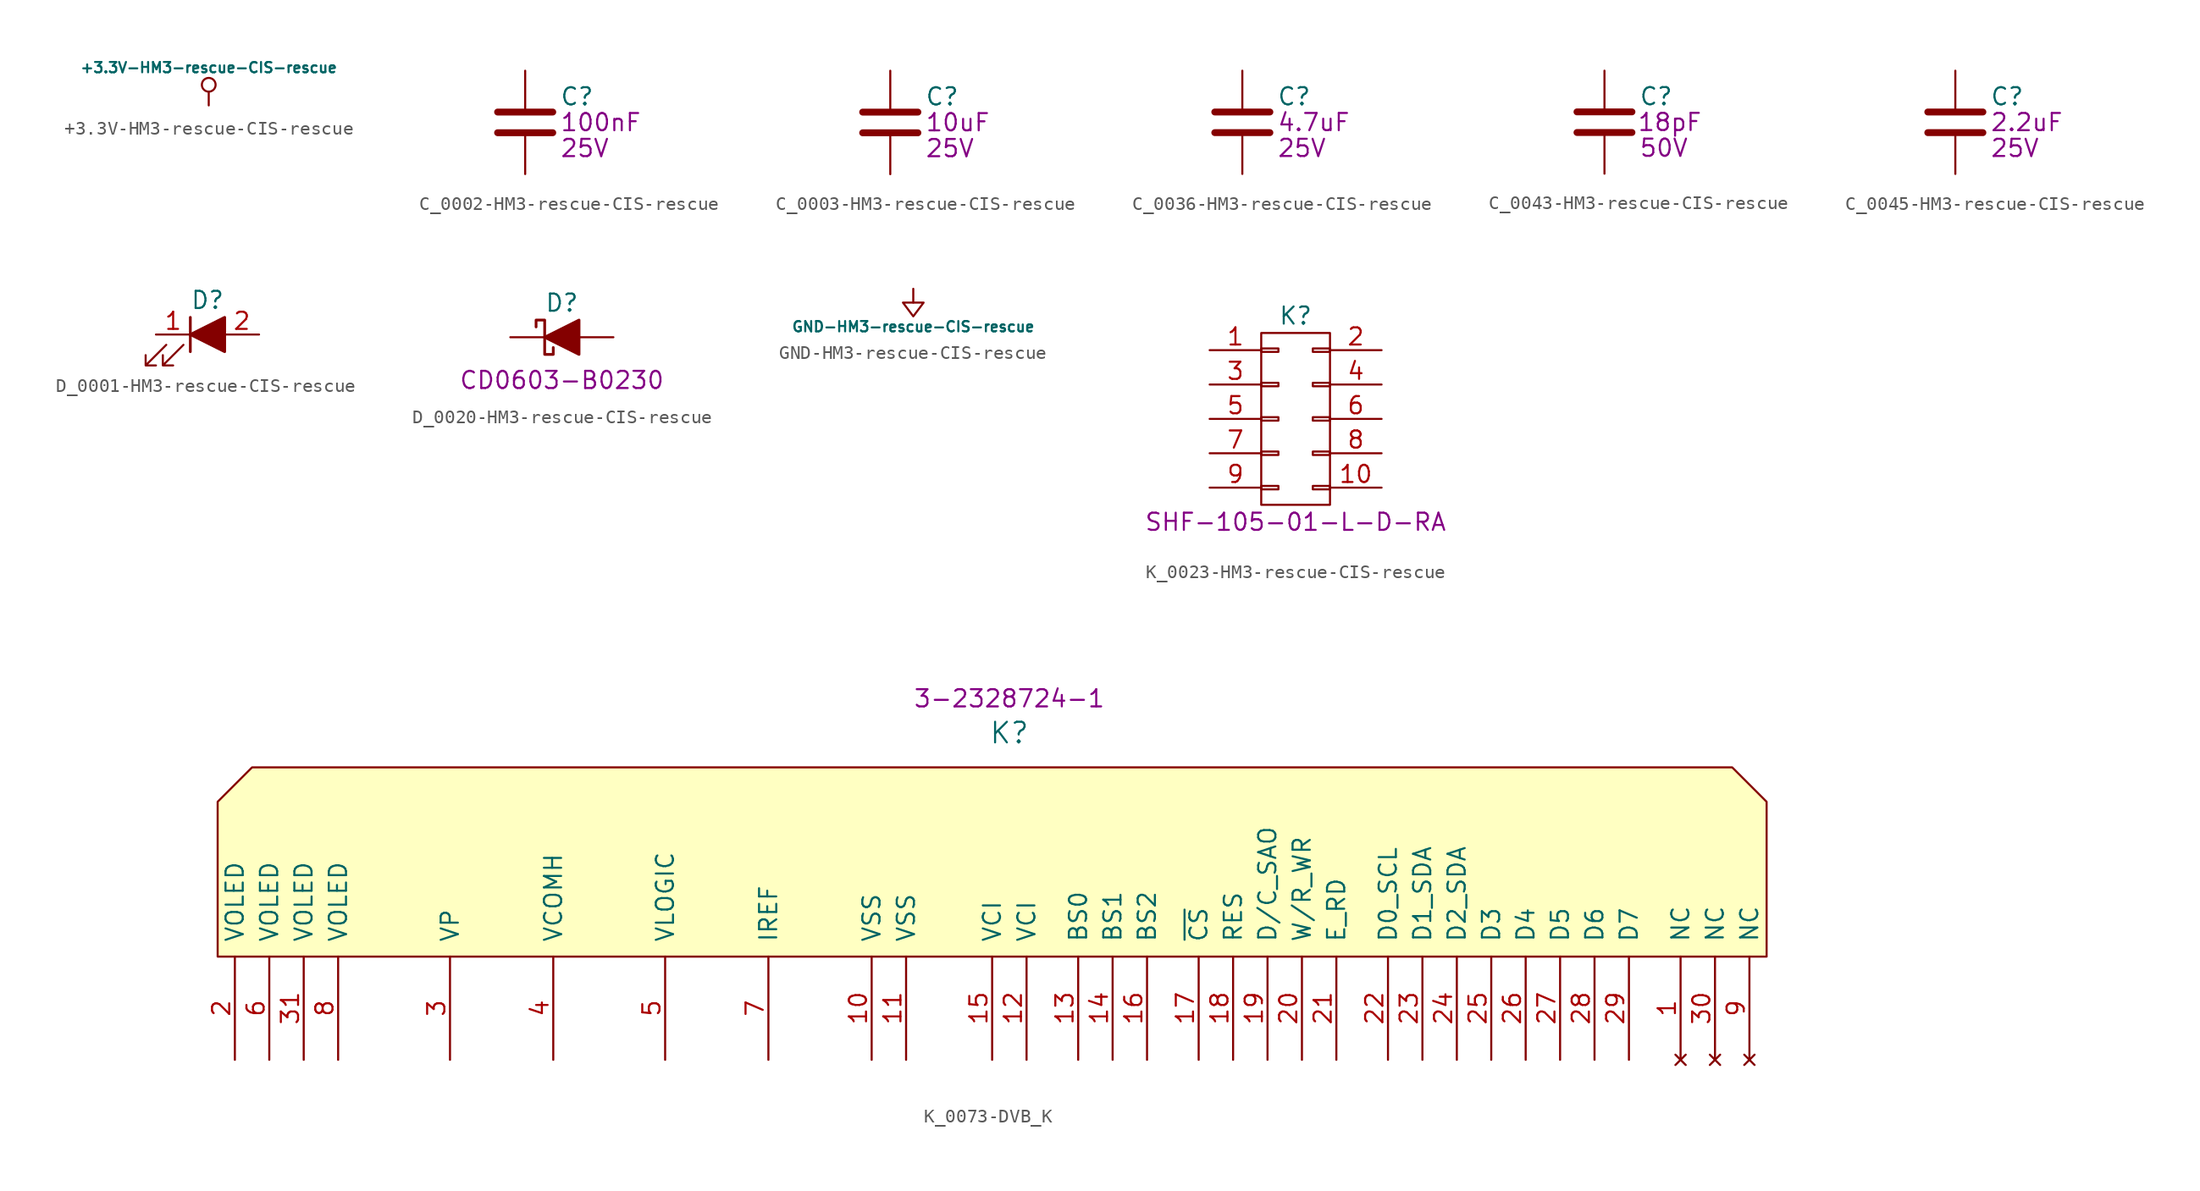
<source format=kicad_sym>
(kicad_symbol_lib
  (version 20220914)
  (generator kicad_symbol_editor)
  (symbol "+3.3V-HM3-rescue-CIS-rescue"
    (power)
    (pin_names
      (offset 0))
    (property "Reference" "#PWR"
      (at 0 -1.778 0)
      (effects (font (size 0.762 0.762)) hide))
    (property "Value" "+3.3V-HM3-rescue-CIS-rescue"
      (at 0 2.794 0)
      (effects (font (size 0.762 0.762))))
    (symbol "+3.3V-HM3-rescue-CIS-rescue_0_1"
      (polyline (pts (xy 0 0) (xy 0 1.016)) (stroke (width 0) (type solid)) (fill (type none)))
      (circle (center 0 1.524) (radius 0.508) (stroke (width 0) (type solid)) (fill (type none))))
    (symbol "+3.3V-HM3-rescue-CIS-rescue_1_1"
      (pin power_in line (at 0 0 180) (length 0) hide (name "+3.3V" (effects (font (size 0.762 0.762)))) (number "1" (effects (font (size 0.762 0.762)))))))
  (symbol "C_0002-HM3-rescue-CIS-rescue"
    (pin_numbers hide)
    (pin_names
      (offset 0.254))
    (property "Reference" "C"
      (at 2.54 1.905 0)
      (effects (font (size 1.27 1.27)) (justify left)))
    (property "Field1" "100nF"
      (at 2.54 0 0)
      (effects (font (size 1.27 1.27)) (justify left)))
    (property "Field3" "25V"
      (at 2.54 -1.905 0)
      (effects (font (size 1.27 1.27)) (justify left)))
    (symbol "C_0002-HM3-rescue-CIS-rescue_0_1"
      (polyline (pts (xy -2.032 -0.762) (xy 2.032 -0.762)) (stroke (width 0.508) (type solid)) (fill (type none)))
      (polyline (pts (xy -2.032 0.762) (xy 2.032 0.762)) (stroke (width 0.508) (type solid)) (fill (type none))))
    (symbol "C_0002-HM3-rescue-CIS-rescue_1_1"
      (pin passive line (at 0 3.81 270) (length 2.794) (name "~" (effects (font (size 1.016 1.016)))) (number "1" (effects (font (size 1.016 1.016)))))
      (pin passive line (at 0 -3.81 90) (length 2.794) (name "~" (effects (font (size 1.016 1.016)))) (number "2" (effects (font (size 1.016 1.016)))))))
  (symbol "C_0003-HM3-rescue-CIS-rescue"
    (pin_numbers hide)
    (pin_names
      (offset 0.254))
    (property "Reference" "C"
      (at 2.54 1.905 0)
      (effects (font (size 1.27 1.27)) (justify left)))
    (property "Field1" "10uF"
      (at 2.54 0 0)
      (effects (font (size 1.27 1.27)) (justify left)))
    (property "Field3" "25V"
      (at 2.54 -1.905 0)
      (effects (font (size 1.27 1.27)) (justify left)))
    (symbol "C_0003-HM3-rescue-CIS-rescue_0_1"
      (polyline (pts (xy -2.032 -0.762) (xy 2.032 -0.762)) (stroke (width 0.508) (type solid)) (fill (type none)))
      (polyline (pts (xy -2.032 0.762) (xy 2.032 0.762)) (stroke (width 0.508) (type solid)) (fill (type none))))
    (symbol "C_0003-HM3-rescue-CIS-rescue_1_1"
      (pin passive line (at 0 3.81 270) (length 2.794) (name "~" (effects (font (size 1.016 1.016)))) (number "1" (effects (font (size 1.016 1.016)))))
      (pin passive line (at 0 -3.81 90) (length 2.794) (name "~" (effects (font (size 1.016 1.016)))) (number "2" (effects (font (size 1.016 1.016)))))))
  (symbol "C_0036-HM3-rescue-CIS-rescue"
    (pin_numbers hide)
    (pin_names
      (offset 0.254))
    (property "Reference" "C"
      (at 2.54 1.905 0)
      (effects (font (size 1.27 1.27)) (justify left)))
    (property "Field1" "4.7uF"
      (at 2.54 0 0)
      (effects (font (size 1.27 1.27)) (justify left)))
    (property "Field3" "25V"
      (at 2.54 -1.905 0)
      (effects (font (size 1.27 1.27)) (justify left)))
    (symbol "C_0036-HM3-rescue-CIS-rescue_0_1"
      (polyline (pts (xy -2.032 -0.762) (xy 2.032 -0.762)) (stroke (width 0.508) (type solid)) (fill (type none)))
      (polyline (pts (xy -2.032 0.762) (xy 2.032 0.762)) (stroke (width 0.508) (type solid)) (fill (type none))))
    (symbol "C_0036-HM3-rescue-CIS-rescue_1_1"
      (pin passive line (at 0 3.81 270) (length 2.794) (name "~" (effects (font (size 1.016 1.016)))) (number "1" (effects (font (size 1.016 1.016)))))
      (pin passive line (at 0 -3.81 90) (length 2.794) (name "~" (effects (font (size 1.016 1.016)))) (number "2" (effects (font (size 1.016 1.016)))))))
  (symbol "C_0043-HM3-rescue-CIS-rescue"
    (pin_numbers hide)
    (pin_names
      (offset 0.254))
    (property "Reference" "C"
      (at 2.54 1.905 0)
      (effects (font (size 1.27 1.27)) (justify left)))
    (property "Field1" "18pF"
      (at 4.826 0 0)
      (effects (font (size 1.27 1.27))))
    (property "Field3" "50V"
      (at 2.54 -1.905 0)
      (effects (font (size 1.27 1.27)) (justify left)))
    (symbol "C_0043-HM3-rescue-CIS-rescue_0_1"
      (polyline (pts (xy -2.032 -0.762) (xy 2.032 -0.762)) (stroke (width 0.508) (type solid)) (fill (type none)))
      (polyline (pts (xy -2.032 0.762) (xy 2.032 0.762)) (stroke (width 0.508) (type solid)) (fill (type none))))
    (symbol "C_0043-HM3-rescue-CIS-rescue_1_1"
      (pin passive line (at 0 3.81 270) (length 2.794) (name "~" (effects (font (size 1.016 1.016)))) (number "1" (effects (font (size 1.016 1.016)))))
      (pin passive line (at 0 -3.81 90) (length 2.794) (name "~" (effects (font (size 1.016 1.016)))) (number "2" (effects (font (size 1.016 1.016)))))))
  (symbol "C_0045-HM3-rescue-CIS-rescue"
    (pin_numbers hide)
    (pin_names
      (offset 0.254))
    (property "Reference" "C"
      (at 2.54 1.905 0)
      (effects (font (size 1.27 1.27)) (justify left)))
    (property "Field1" "2.2uF"
      (at 2.54 0 0)
      (effects (font (size 1.27 1.27)) (justify left)))
    (property "Field3" "25V"
      (at 2.54 -1.905 0)
      (effects (font (size 1.27 1.27)) (justify left)))
    (symbol "C_0045-HM3-rescue-CIS-rescue_0_1"
      (polyline (pts (xy -2.032 -0.762) (xy 2.032 -0.762)) (stroke (width 0.508) (type solid)) (fill (type none)))
      (polyline (pts (xy -2.032 0.762) (xy 2.032 0.762)) (stroke (width 0.508) (type solid)) (fill (type none))))
    (symbol "C_0045-HM3-rescue-CIS-rescue_1_1"
      (pin passive line (at 0 3.81 270) (length 2.794) (name "~" (effects (font (size 1.016 1.016)))) (number "1" (effects (font (size 1.016 1.016)))))
      (pin passive line (at 0 -3.81 90) (length 2.794) (name "~" (effects (font (size 1.016 1.016)))) (number "2" (effects (font (size 1.016 1.016)))))))
  (symbol "D_0001-HM3-rescue-CIS-rescue"
    (pin_names
      (offset 1.016) hide)
    (property "Reference" "D"
      (at 0 2.54 0)
      (effects (font (size 1.27 1.27))))
    (symbol "D_0001-HM3-rescue-CIS-rescue_0_1"
      (polyline (pts (xy -1.27 -1.27) (xy -1.27 1.27)) (stroke (width 0.203) (type solid)) (fill (type none)))
      (polyline (pts (xy -1.27 0) (xy 1.27 0)) (stroke (width 0) (type solid)) (fill (type none)))
      (polyline (pts (xy 1.27 -1.27) (xy 1.27 1.27) (xy -1.27 0) (xy 1.27 -1.27)) (stroke (width 0.203) (type solid)) (fill (type outline)))
      (polyline (pts (xy -3.048 -0.762) (xy -4.572 -2.286) (xy -3.81 -2.286) (xy -4.572 -2.286) (xy -4.572 -1.524)) (stroke (width 0) (type solid)) (fill (type none)))
      (polyline (pts (xy -1.778 -0.762) (xy -3.302 -2.286) (xy -2.54 -2.286) (xy -3.302 -2.286) (xy -3.302 -1.524)) (stroke (width 0) (type solid)) (fill (type none))))
    (symbol "D_0001-HM3-rescue-CIS-rescue_1_1"
      (pin passive line (at -3.81 0 0) (length 2.54) (name "K" (effects (font (size 1.27 1.27)))) (number "1" (effects (font (size 1.27 1.27)))))
      (pin passive line (at 3.81 0 180) (length 2.54) (name "A" (effects (font (size 1.27 1.27)))) (number "2" (effects (font (size 1.27 1.27)))))))
  (symbol "D_0020-HM3-rescue-CIS-rescue"
    (pin_numbers hide)
    (pin_names
      (offset 1.016) hide)
    (property "Reference" "D"
      (at 0 2.54 0)
      (effects (font (size 1.27 1.27))))
    (property "Field1" "CD0603-B0230"
      (at 0 -3.175 0)
      (effects (font (size 1.27 1.27))))
    (symbol "D_0020-HM3-rescue-CIS-rescue_0_1"
      (polyline (pts (xy 1.27 0) (xy -1.27 0)) (stroke (width 0) (type solid)) (fill (type none)))
      (polyline (pts (xy 1.27 1.27) (xy 1.27 -1.27) (xy -1.27 0) (xy 1.27 1.27)) (stroke (width 0.203) (type solid)) (fill (type outline)))
      (polyline (pts (xy -1.905 0.762) (xy -1.905 1.27) (xy -1.27 1.27) (xy -1.27 -1.27) (xy -0.635 -1.27) (xy -0.635 -0.762)) (stroke (width 0.203) (type solid)) (fill (type none))))
    (symbol "D_0020-HM3-rescue-CIS-rescue_1_1"
      (pin passive line (at -3.81 0 0) (length 2.54) (name "K" (effects (font (size 1.27 1.27)))) (number "1" (effects (font (size 1.27 1.27)))))
      (pin passive line (at 3.81 0 180) (length 2.54) (name "A" (effects (font (size 1.27 1.27)))) (number "2" (effects (font (size 1.27 1.27)))))))
  (symbol "GND-HM3-rescue-CIS-rescue"
    (power)
    (pin_names
      (offset 0))
    (property "Reference" "#PWR"
      (at 0 -4.064 0)
      (effects (font (size 0.762 0.762)) hide))
    (property "Value" "GND-HM3-rescue-CIS-rescue"
      (at 0 -2.794 0)
      (effects (font (size 0.762 0.762))))
    (symbol "GND-HM3-rescue-CIS-rescue_0_1"
      (polyline (pts (xy 0 0) (xy 0 -1.016)) (stroke (width 0) (type solid)) (fill (type none)))
      (polyline (pts (xy 0 -1.016) (xy 0.762 -1.016) (xy 0 -2.032) (xy -0.762 -1.016) (xy 0 -1.016)) (stroke (width 0) (type solid)) (fill (type none))))
    (symbol "GND-HM3-rescue-CIS-rescue_1_1"
      (pin power_in line (at 0 0 270) (length 0) hide (name "GND" (effects (font (size 0.762 0.762)))) (number "1" (effects (font (size 0.762 0.762)))))))
  (symbol "K_0023-HM3-rescue-CIS-rescue"
    (pin_names
      (offset 0.025) hide)
    (property "Reference" "K"
      (at 0 7.62 0)
      (effects (font (size 1.27 1.27))))
    (property "Field1" "SHF-105-01-L-D-RA"
      (at 0 -7.62 0)
      (effects (font (size 1.27 1.27))))
    (symbol "K_0023-HM3-rescue-CIS-rescue_0_1"
      (rectangle (start -2.54 -4.953) (end -1.27 -5.207) (stroke (width 0) (type solid)) (fill (type none)))
      (rectangle (start -2.54 -2.413) (end -1.27 -2.667) (stroke (width 0) (type solid)) (fill (type none)))
      (rectangle (start -2.54 0.127) (end -1.27 -0.127) (stroke (width 0) (type solid)) (fill (type none)))
      (rectangle (start -2.54 2.667) (end -1.27 2.413) (stroke (width 0) (type solid)) (fill (type none)))
      (rectangle (start -2.54 5.207) (end -1.27 4.953) (stroke (width 0) (type solid)) (fill (type none)))
      (rectangle (start -2.54 6.35) (end 2.54 -6.35) (stroke (width 0) (type solid)) (fill (type none)))
      (rectangle (start 1.27 -4.953) (end 2.54 -5.207) (stroke (width 0) (type solid)) (fill (type none)))
      (rectangle (start 1.27 -2.413) (end 2.54 -2.667) (stroke (width 0) (type solid)) (fill (type none)))
      (rectangle (start 1.27 0.127) (end 2.54 -0.127) (stroke (width 0) (type solid)) (fill (type none)))
      (rectangle (start 1.27 2.667) (end 2.54 2.413) (stroke (width 0) (type solid)) (fill (type none)))
      (rectangle (start 1.27 5.207) (end 2.54 4.953) (stroke (width 0) (type solid)) (fill (type none))))
    (symbol "K_0023-HM3-rescue-CIS-rescue_1_1"
      (pin passive line (at -6.35 5.08 0) (length 3.81) (name "P1" (effects (font (size 1.27 1.27)))) (number "1" (effects (font (size 1.27 1.27)))))
      (pin passive line (at 6.35 -5.08 180) (length 3.81) (name "P10" (effects (font (size 1.27 1.27)))) (number "10" (effects (font (size 1.27 1.27)))))
      (pin passive line (at 6.35 5.08 180) (length 3.81) (name "P2" (effects (font (size 1.27 1.27)))) (number "2" (effects (font (size 1.27 1.27)))))
      (pin passive line (at -6.35 2.54 0) (length 3.81) (name "P3" (effects (font (size 1.27 1.27)))) (number "3" (effects (font (size 1.27 1.27)))))
      (pin passive line (at 6.35 2.54 180) (length 3.81) (name "P4" (effects (font (size 1.27 1.27)))) (number "4" (effects (font (size 1.27 1.27)))))
      (pin passive line (at -6.35 0 0) (length 3.81) (name "P5" (effects (font (size 1.27 1.27)))) (number "5" (effects (font (size 1.27 1.27)))))
      (pin passive line (at 6.35 0 180) (length 3.81) (name "P6" (effects (font (size 1.27 1.27)))) (number "6" (effects (font (size 1.27 1.27)))))
      (pin passive line (at -6.35 -2.54 0) (length 3.81) (name "P7" (effects (font (size 1.27 1.27)))) (number "7" (effects (font (size 1.27 1.27)))))
      (pin passive line (at 6.35 -2.54 180) (length 3.81) (name "P8" (effects (font (size 1.27 1.27)))) (number "8" (effects (font (size 1.27 1.27)))))
      (pin passive line (at -6.35 -5.08 0) (length 3.81) (name "P9" (effects (font (size 1.27 1.27)))) (number "9" (effects (font (size 1.27 1.27)))))))
  (symbol "K_0073-DVB_K"
    (pin_names
      (offset 1.016))
    (property "Reference" "K"
      (at 0 16.51 0)
      (effects (font (size 1.524 1.524))))
    (property "Field4" "3-2328724-1‎"
      (at 0 19.05 0)
      (effects (font (size 1.27 1.27))))
    (symbol "K_0073-DVB_K_1_1"
      (polyline (pts (xy -58.42 0) (xy -58.42 11.43) (xy -55.88 13.97) (xy 53.34 13.97) (xy 55.88 11.43) (xy 55.88 0) (xy -58.42 0)) (stroke (width 0) (type solid)) (fill (type background)))
      (pin no_connect line (at 49.53 -7.62 90) (length 7.62) (name "NC" (effects (font (size 1.27 1.27)))) (number "1" (effects (font (size 1.27 1.27)))))
      (pin power_in line (at -10.16 -7.62 90) (length 7.62) (name "VSS" (effects (font (size 1.27 1.27)))) (number "10" (effects (font (size 1.27 1.27)))))
      (pin power_in line (at -7.62 -7.62 90) (length 7.62) (name "VSS" (effects (font (size 1.27 1.27)))) (number "11" (effects (font (size 1.27 1.27)))))
      (pin power_in line (at 1.27 -7.62 90) (length 7.62) (name "VCI" (effects (font (size 1.27 1.27)))) (number "12" (effects (font (size 1.27 1.27)))))
      (pin input line (at 5.08 -7.62 90) (length 7.62) (name "BS0" (effects (font (size 1.27 1.27)))) (number "13" (effects (font (size 1.27 1.27)))))
      (pin input line (at 7.62 -7.62 90) (length 7.62) (name "BS1" (effects (font (size 1.27 1.27)))) (number "14" (effects (font (size 1.27 1.27)))))
      (pin power_in line (at -1.27 -7.62 90) (length 7.62) (name "VCI" (effects (font (size 1.27 1.27)))) (number "15" (effects (font (size 1.27 1.27)))))
      (pin input line (at 10.16 -7.62 90) (length 7.62) (name "BS2" (effects (font (size 1.27 1.27)))) (number "16" (effects (font (size 1.27 1.27)))))
      (pin input line (at 13.97 -7.62 90) (length 7.62) (name "~{CS}" (effects (font (size 1.27 1.27)))) (number "17" (effects (font (size 1.27 1.27)))))
      (pin input line (at 16.51 -7.62 90) (length 7.62) (name "RES" (effects (font (size 1.27 1.27)))) (number "18" (effects (font (size 1.27 1.27)))))
      (pin input line (at 19.05 -7.62 90) (length 7.62) (name "D/C_SAO" (effects (font (size 1.27 1.27)))) (number "19" (effects (font (size 1.27 1.27)))))
      (pin power_in line (at -57.15 -7.62 90) (length 7.62) (name "VOLED" (effects (font (size 1.27 1.27)))) (number "2" (effects (font (size 1.27 1.27)))))
      (pin input line (at 21.59 -7.62 90) (length 7.62) (name "W/R_WR" (effects (font (size 1.27 1.27)))) (number "20" (effects (font (size 1.27 1.27)))))
      (pin input line (at 24.13 -7.62 90) (length 7.62) (name "E_RD" (effects (font (size 1.27 1.27)))) (number "21" (effects (font (size 1.27 1.27)))))
      (pin bidirectional line (at 27.94 -7.62 90) (length 7.62) (name "D0_SCL" (effects (font (size 1.27 1.27)))) (number "22" (effects (font (size 1.27 1.27)))))
      (pin bidirectional line (at 30.48 -7.62 90) (length 7.62) (name "D1_SDA" (effects (font (size 1.27 1.27)))) (number "23" (effects (font (size 1.27 1.27)))))
      (pin bidirectional line (at 33.02 -7.62 90) (length 7.62) (name "D2_SDA" (effects (font (size 1.27 1.27)))) (number "24" (effects (font (size 1.27 1.27)))))
      (pin bidirectional line (at 35.56 -7.62 90) (length 7.62) (name "D3" (effects (font (size 1.27 1.27)))) (number "25" (effects (font (size 1.27 1.27)))))
      (pin bidirectional line (at 38.1 -7.62 90) (length 7.62) (name "D4" (effects (font (size 1.27 1.27)))) (number "26" (effects (font (size 1.27 1.27)))))
      (pin bidirectional line (at 40.64 -7.62 90) (length 7.62) (name "D5" (effects (font (size 1.27 1.27)))) (number "27" (effects (font (size 1.27 1.27)))))
      (pin bidirectional line (at 43.18 -7.62 90) (length 7.62) (name "D6" (effects (font (size 1.27 1.27)))) (number "28" (effects (font (size 1.27 1.27)))))
      (pin bidirectional line (at 45.72 -7.62 90) (length 7.62) (name "D7" (effects (font (size 1.27 1.27)))) (number "29" (effects (font (size 1.27 1.27)))))
      (pin power_out line (at -41.275 -7.62 90) (length 7.62) (name "VP" (effects (font (size 1.27 1.27)))) (number "3" (effects (font (size 1.27 1.27)))))
      (pin no_connect line (at 52.07 -7.62 90) (length 7.62) (name "NC" (effects (font (size 1.27 1.27)))) (number "30" (effects (font (size 1.27 1.27)))))
      (pin power_in line (at -52.07 -7.62 90) (length 7.62) (name "VOLED" (effects (font (size 1.27 1.27)))) (number "31" (effects (font (size 1.27 1.27)))))
      (pin power_out line (at -33.655 -7.62 90) (length 7.62) (name "VCOMH" (effects (font (size 1.27 1.27)))) (number "4" (effects (font (size 1.27 1.27)))))
      (pin power_out line (at -25.4 -7.62 90) (length 7.62) (name "VLOGIC" (effects (font (size 1.27 1.27)))) (number "5" (effects (font (size 1.27 1.27)))))
      (pin power_in line (at -54.61 -7.62 90) (length 7.62) (name "VOLED" (effects (font (size 1.27 1.27)))) (number "6" (effects (font (size 1.27 1.27)))))
      (pin input line (at -17.78 -7.62 90) (length 7.62) (name "IREF" (effects (font (size 1.27 1.27)))) (number "7" (effects (font (size 1.27 1.27)))))
      (pin power_in line (at -49.53 -7.62 90) (length 7.62) (name "VOLED" (effects (font (size 1.27 1.27)))) (number "8" (effects (font (size 1.27 1.27)))))
      (pin no_connect line (at 54.61 -7.62 90) (length 7.62) (name "NC" (effects (font (size 1.27 1.27)))) (number "9" (effects (font (size 1.27 1.27))))))))
</source>
